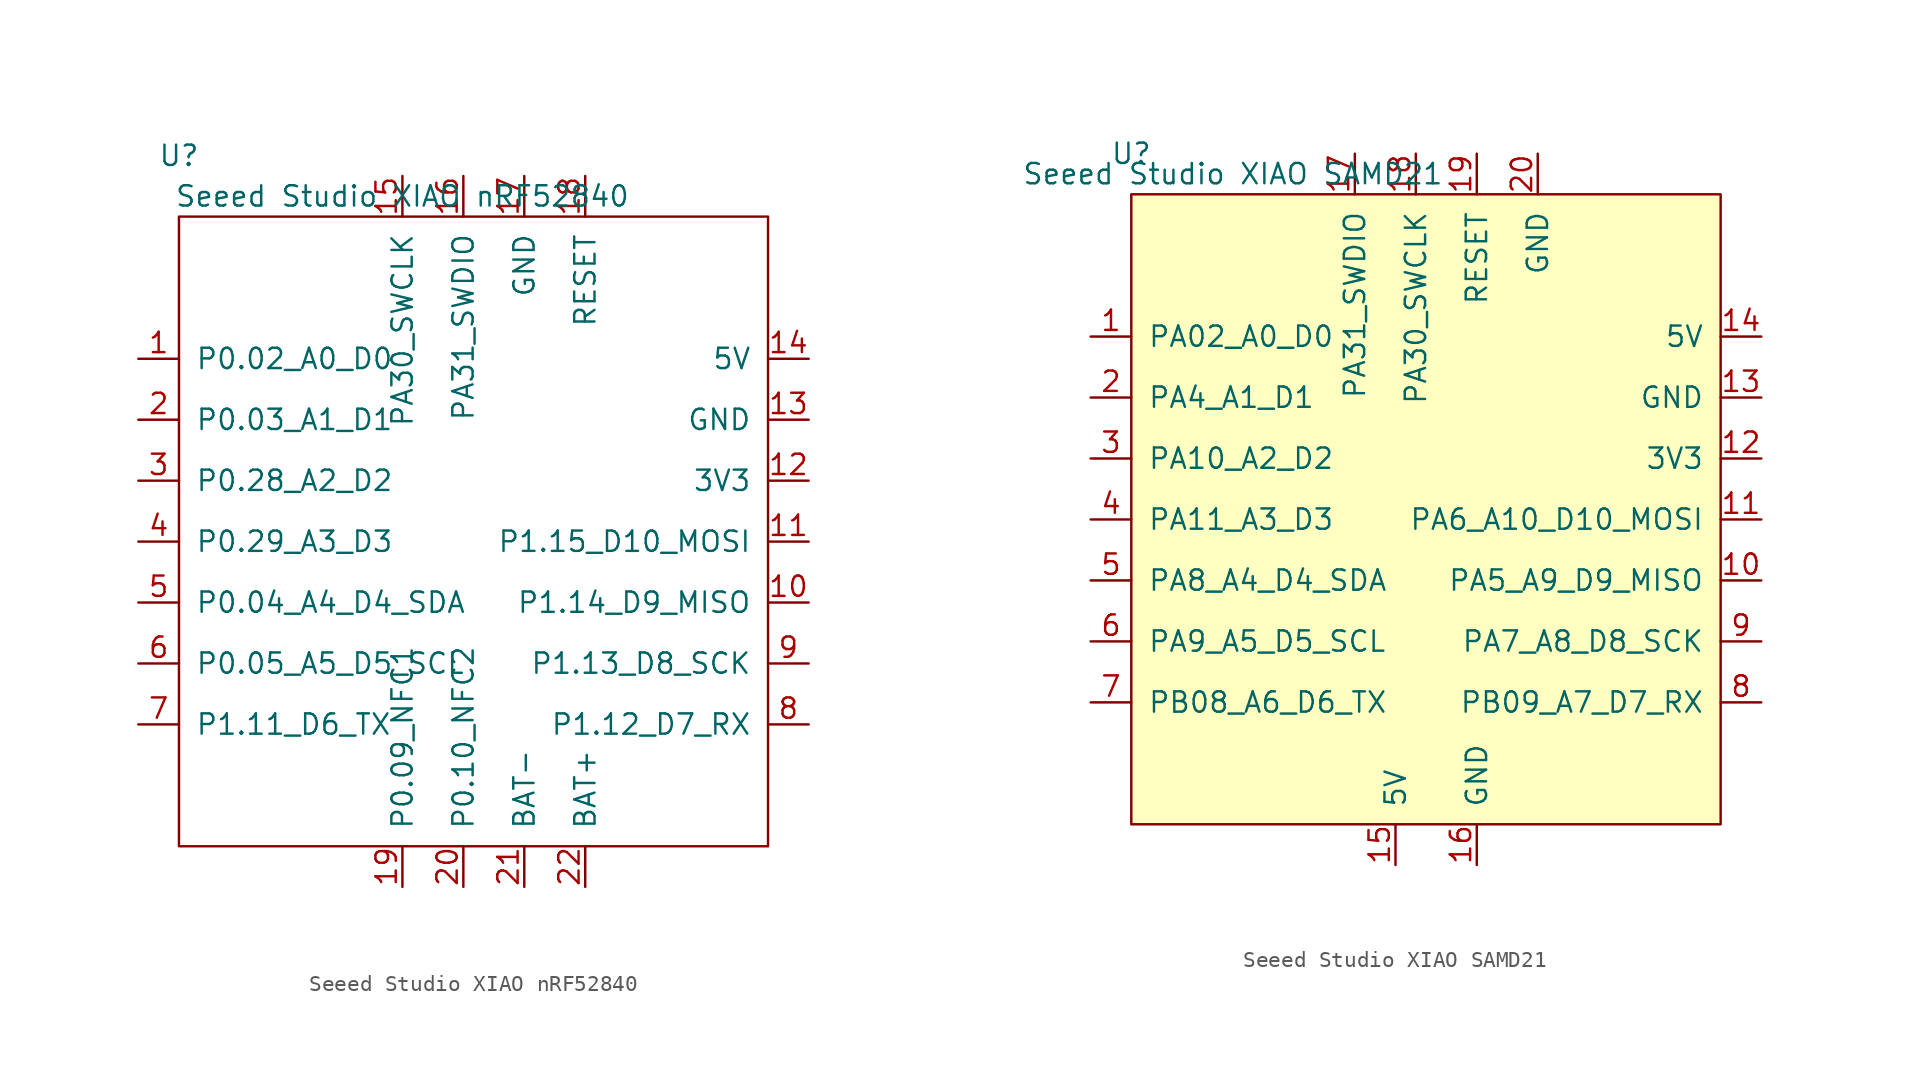
<source format=kicad_sym>
(kicad_symbol_lib
  (version 20231120)
  (generator "kicad_symbol_editor")
  (generator_version "8.0")
  (symbol "Seeed Studio XIAO nRF52840"
    (pin_names
      (offset 1.016))
    (property "Reference" "U"
      (at -19.05 24.13 0)
      (effects (font (size 1.27 1.27))))
    (property "Value" "Seeed Studio XIAO nRF52840"
      (at -5.08 21.59 0)
      (effects (font (size 1.27 1.27))))
    (symbol "Seeed Studio XIAO nRF52840_0_1"
      (rectangle (start -19.05 20.32) (end 17.78 -19.05) (stroke (width 0) (type default)) (fill (type none))))
    (symbol "Seeed Studio XIAO nRF52840_1_1"
      (pin bidirectional line (at -21.59 11.43 0) (length 2.54) (name "P0.02_A0_D0" (effects (font (size 1.27 1.27)))) (number "1" (effects (font (size 1.27 1.27)))))
      (pin bidirectional line (at 20.32 -3.81 180) (length 2.54) (name "P1.14_D9_MISO" (effects (font (size 1.27 1.27)))) (number "10" (effects (font (size 1.27 1.27)))))
      (pin bidirectional line (at 20.32 0 180) (length 2.54) (name "P1.15_D10_MOSI" (effects (font (size 1.27 1.27)))) (number "11" (effects (font (size 1.27 1.27)))))
      (pin power_in line (at 20.32 3.81 180) (length 2.54) (name "3V3" (effects (font (size 1.27 1.27)))) (number "12" (effects (font (size 1.27 1.27)))))
      (pin power_in line (at 20.32 7.62 180) (length 2.54) (name "GND" (effects (font (size 1.27 1.27)))) (number "13" (effects (font (size 1.27 1.27)))))
      (pin power_in line (at 20.32 11.43 180) (length 2.54) (name "5V" (effects (font (size 1.27 1.27)))) (number "14" (effects (font (size 1.27 1.27)))))
      (pin input line (at -5.08 22.86 270) (length 2.54) (name "PA30_SWCLK" (effects (font (size 1.27 1.27)))) (number "15" (effects (font (size 1.27 1.27)))))
      (pin bidirectional line (at -1.27 22.86 270) (length 2.54) (name "PA31_SWDIO" (effects (font (size 1.27 1.27)))) (number "16" (effects (font (size 1.27 1.27)))))
      (pin power_in line (at 2.54 22.86 270) (length 2.54) (name "GND" (effects (font (size 1.27 1.27)))) (number "17" (effects (font (size 1.27 1.27)))))
      (pin input line (at 6.35 22.86 270) (length 2.54) (name "RESET" (effects (font (size 1.27 1.27)))) (number "18" (effects (font (size 1.27 1.27)))))
      (pin bidirectional line (at -5.08 -21.59 90) (length 2.54) (name "P0.09_NFC1" (effects (font (size 1.27 1.27)))) (number "19" (effects (font (size 1.27 1.27)))))
      (pin bidirectional line (at -21.59 7.62 0) (length 2.54) (name "P0.03_A1_D1" (effects (font (size 1.27 1.27)))) (number "2" (effects (font (size 1.27 1.27)))))
      (pin bidirectional line (at -1.27 -21.59 90) (length 2.54) (name "P0.10_NFC2" (effects (font (size 1.27 1.27)))) (number "20" (effects (font (size 1.27 1.27)))))
      (pin power_in line (at 2.54 -21.59 90) (length 2.54) (name "BAT-" (effects (font (size 1.27 1.27)))) (number "21" (effects (font (size 1.27 1.27)))))
      (pin power_in line (at 6.35 -21.59 90) (length 2.54) (name "BAT+" (effects (font (size 1.27 1.27)))) (number "22" (effects (font (size 1.27 1.27)))))
      (pin bidirectional line (at -21.59 3.81 0) (length 2.54) (name "P0.28_A2_D2" (effects (font (size 1.27 1.27)))) (number "3" (effects (font (size 1.27 1.27)))))
      (pin bidirectional line (at -21.59 0 0) (length 2.54) (name "P0.29_A3_D3" (effects (font (size 1.27 1.27)))) (number "4" (effects (font (size 1.27 1.27)))))
      (pin bidirectional line (at -21.59 -3.81 0) (length 2.54) (name "P0.04_A4_D4_SDA" (effects (font (size 1.27 1.27)))) (number "5" (effects (font (size 1.27 1.27)))))
      (pin bidirectional line (at -21.59 -7.62 0) (length 2.54) (name "P0.05_A5_D5_SCL" (effects (font (size 1.27 1.27)))) (number "6" (effects (font (size 1.27 1.27)))))
      (pin bidirectional line (at -21.59 -11.43 0) (length 2.54) (name "P1.11_D6_TX" (effects (font (size 1.27 1.27)))) (number "7" (effects (font (size 1.27 1.27)))))
      (pin bidirectional line (at 20.32 -11.43 180) (length 2.54) (name "P1.12_D7_RX" (effects (font (size 1.27 1.27)))) (number "8" (effects (font (size 1.27 1.27)))))
      (pin bidirectional line (at 20.32 -7.62 180) (length 2.54) (name "P1.13_D8_SCK" (effects (font (size 1.27 1.27)))) (number "9" (effects (font (size 1.27 1.27)))))))
  (symbol "Seeed Studio XIAO SAMD21"
    (pin_names
      (offset 1.016))
    (property "Reference" "U"
      (at -19.05 22.86 0)
      (effects (font (size 1.27 1.27))))
    (property "Value" "Seeed Studio XIAO SAMD21"
      (at -12.7 21.59 0)
      (effects (font (size 1.27 1.27))))
    (symbol "Seeed Studio XIAO SAMD21_1_1"
      (rectangle (start -19.05 20.32) (end 17.78 -19.05) (stroke (width 0) (type default)) (fill (type background)))
      (pin unspecified line (at -21.59 11.43 0) (length 2.54) (name "PA02_A0_D0" (effects (font (size 1.27 1.27)))) (number "1" (effects (font (size 1.27 1.27)))))
      (pin unspecified line (at 20.32 -3.81 180) (length 2.54) (name "PA5_A9_D9_MISO" (effects (font (size 1.27 1.27)))) (number "10" (effects (font (size 1.27 1.27)))))
      (pin unspecified line (at 20.32 0 180) (length 2.54) (name "PA6_A10_D10_MOSI" (effects (font (size 1.27 1.27)))) (number "11" (effects (font (size 1.27 1.27)))))
      (pin unspecified line (at 20.32 3.81 180) (length 2.54) (name "3V3" (effects (font (size 1.27 1.27)))) (number "12" (effects (font (size 1.27 1.27)))))
      (pin unspecified line (at 20.32 7.62 180) (length 2.54) (name "GND" (effects (font (size 1.27 1.27)))) (number "13" (effects (font (size 1.27 1.27)))))
      (pin unspecified line (at 20.32 11.43 180) (length 2.54) (name "5V" (effects (font (size 1.27 1.27)))) (number "14" (effects (font (size 1.27 1.27)))))
      (pin input line (at -2.54 -21.59 90) (length 2.54) (name "5V" (effects (font (size 1.27 1.27)))) (number "15" (effects (font (size 1.27 1.27)))))
      (pin input line (at 2.54 -21.59 90) (length 2.54) (name "GND" (effects (font (size 1.27 1.27)))) (number "16" (effects (font (size 1.27 1.27)))))
      (pin input line (at -5.08 22.86 270) (length 2.54) (name "PA31_SWDIO" (effects (font (size 1.27 1.27)))) (number "17" (effects (font (size 1.27 1.27)))))
      (pin input line (at -1.27 22.86 270) (length 2.54) (name "PA30_SWCLK" (effects (font (size 1.27 1.27)))) (number "18" (effects (font (size 1.27 1.27)))))
      (pin input line (at 2.54 22.86 270) (length 2.54) (name "RESET" (effects (font (size 1.27 1.27)))) (number "19" (effects (font (size 1.27 1.27)))))
      (pin unspecified line (at -21.59 7.62 0) (length 2.54) (name "PA4_A1_D1" (effects (font (size 1.27 1.27)))) (number "2" (effects (font (size 1.27 1.27)))))
      (pin input line (at 6.35 22.86 270) (length 2.54) (name "GND" (effects (font (size 1.27 1.27)))) (number "20" (effects (font (size 1.27 1.27)))))
      (pin unspecified line (at -21.59 3.81 0) (length 2.54) (name "PA10_A2_D2" (effects (font (size 1.27 1.27)))) (number "3" (effects (font (size 1.27 1.27)))))
      (pin unspecified line (at -21.59 0 0) (length 2.54) (name "PA11_A3_D3" (effects (font (size 1.27 1.27)))) (number "4" (effects (font (size 1.27 1.27)))))
      (pin unspecified line (at -21.59 -3.81 0) (length 2.54) (name "PA8_A4_D4_SDA" (effects (font (size 1.27 1.27)))) (number "5" (effects (font (size 1.27 1.27)))))
      (pin unspecified line (at -21.59 -7.62 0) (length 2.54) (name "PA9_A5_D5_SCL" (effects (font (size 1.27 1.27)))) (number "6" (effects (font (size 1.27 1.27)))))
      (pin unspecified line (at -21.59 -11.43 0) (length 2.54) (name "PB08_A6_D6_TX" (effects (font (size 1.27 1.27)))) (number "7" (effects (font (size 1.27 1.27)))))
      (pin unspecified line (at 20.32 -11.43 180) (length 2.54) (name "PB09_A7_D7_RX" (effects (font (size 1.27 1.27)))) (number "8" (effects (font (size 1.27 1.27)))))
      (pin unspecified line (at 20.32 -7.62 180) (length 2.54) (name "PA7_A8_D8_SCK" (effects (font (size 1.27 1.27)))) (number "9" (effects (font (size 1.27 1.27))))))))
</source>
